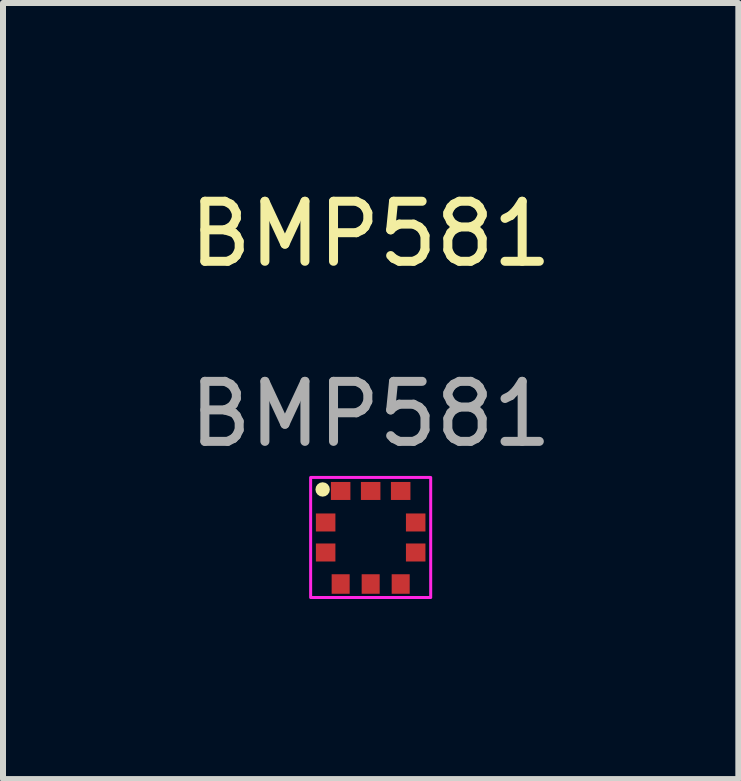
<source format=kicad_pcb>
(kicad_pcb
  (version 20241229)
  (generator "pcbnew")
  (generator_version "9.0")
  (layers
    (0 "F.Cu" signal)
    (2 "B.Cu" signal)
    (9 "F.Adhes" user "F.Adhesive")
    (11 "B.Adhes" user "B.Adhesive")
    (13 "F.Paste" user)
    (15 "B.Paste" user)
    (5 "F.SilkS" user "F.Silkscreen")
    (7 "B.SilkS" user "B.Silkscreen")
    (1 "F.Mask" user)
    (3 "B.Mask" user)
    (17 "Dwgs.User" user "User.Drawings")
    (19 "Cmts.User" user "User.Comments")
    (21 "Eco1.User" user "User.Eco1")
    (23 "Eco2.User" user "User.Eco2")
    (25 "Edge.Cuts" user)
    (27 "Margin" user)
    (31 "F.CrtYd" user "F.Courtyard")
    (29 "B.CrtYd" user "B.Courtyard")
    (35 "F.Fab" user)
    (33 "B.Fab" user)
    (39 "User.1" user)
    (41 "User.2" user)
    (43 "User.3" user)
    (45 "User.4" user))
  (footprint "BMP581"
    (layer "F.Cu")
    (at 3.125 5.904)
    (property "Reference" "BMP581" (at 0 -5.056 0) (unlocked yes) (layer "F.SilkS") (effects (font (size 1 1) (thickness 0.15))))
    (attr smd)
    (fp_circle (center -0.8 -0.8) (end -0.8 -0.8) (stroke (width 0.12) (type solid)) (fill no) (layer "F.SilkS"))
    (fp_rect (start -1 1) (end 1 -1) (stroke (width 0.05) (type solid)) (fill no) (layer "F.CrtYd"))
    (fp_text user "${REFERENCE}" (at 0 -2.056 0) (unlocked yes) (layer "F.Fab") (effects (font (size 1 1) (thickness 0.15))))
    (pad "1" smd rect (at -0.75 -0.25) (size 0.325 0.3) (layers "F.Cu" "F.Mask" "F.Paste"))
    (pad "2" smd rect (at -0.75 0.25) (size 0.325 0.3) (layers "F.Cu" "F.Mask" "F.Paste"))
    (pad "3" smd rect (at -0.5 0.775) (size 0.3 0.325) (layers "F.Cu" "F.Mask" "F.Paste"))
    (pad "4" smd rect (at 0 0.775) (size 0.3 0.325) (layers "F.Cu" "F.Mask" "F.Paste"))
    (pad "5" smd rect (at 0.5 0.775) (size 0.3 0.325) (layers "F.Cu" "F.Mask" "F.Paste"))
    (pad "6" smd rect (at 0.75 0.25) (size 0.325 0.3) (layers "F.Cu" "F.Mask" "F.Paste"))
    (pad "7" smd rect (at 0.75 -0.25) (size 0.325 0.3) (layers "F.Cu" "F.Mask" "F.Paste"))
    (pad "8" smd rect (at 0.5 -0.775) (size 0.325 0.3) (layers "F.Cu" "F.Mask" "F.Paste"))
    (pad "9" smd rect (at 0 -0.775) (size 0.325 0.3) (layers "F.Cu" "F.Mask" "F.Paste"))
    (pad "10" smd rect (at -0.5 -0.775) (size 0.325 0.3) (layers "F.Cu" "F.Mask" "F.Paste")))
  (gr_rect
    (start -3 -3)
    (end 9.25 9.929)
    (stroke (width 0.1) (type default))
    (fill no)
    (layer "Edge.Cuts")))
</source>
